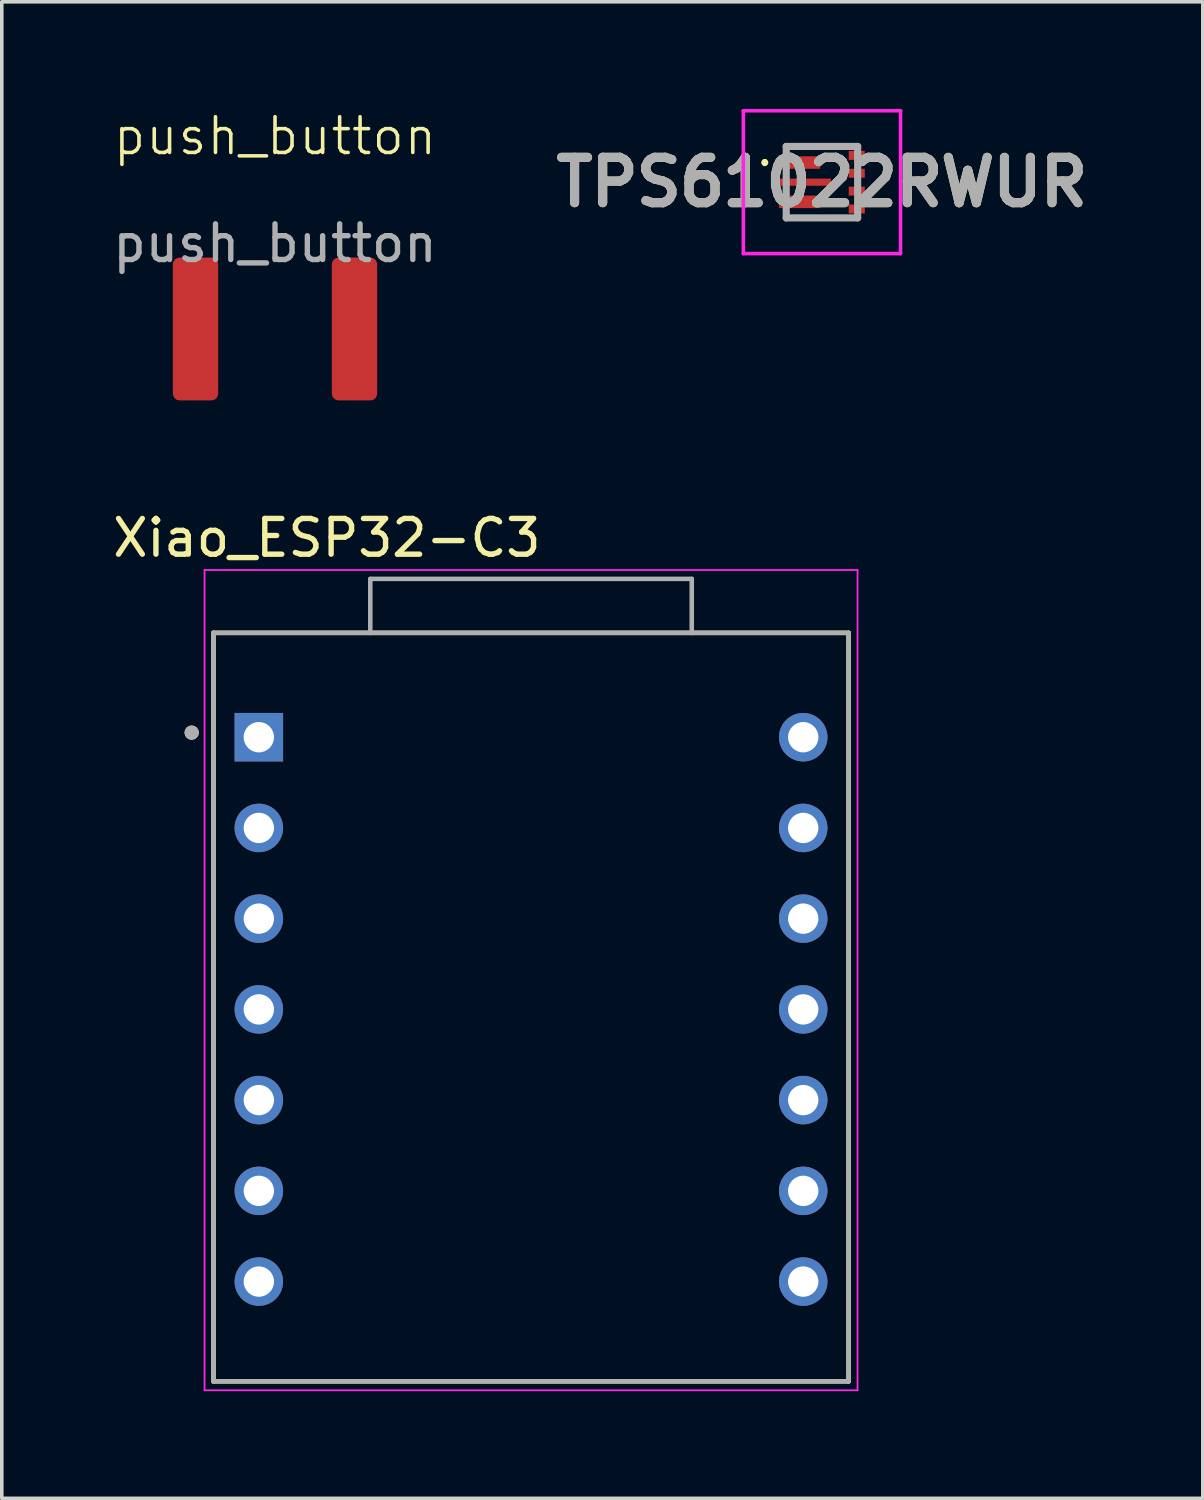
<source format=kicad_pcb>
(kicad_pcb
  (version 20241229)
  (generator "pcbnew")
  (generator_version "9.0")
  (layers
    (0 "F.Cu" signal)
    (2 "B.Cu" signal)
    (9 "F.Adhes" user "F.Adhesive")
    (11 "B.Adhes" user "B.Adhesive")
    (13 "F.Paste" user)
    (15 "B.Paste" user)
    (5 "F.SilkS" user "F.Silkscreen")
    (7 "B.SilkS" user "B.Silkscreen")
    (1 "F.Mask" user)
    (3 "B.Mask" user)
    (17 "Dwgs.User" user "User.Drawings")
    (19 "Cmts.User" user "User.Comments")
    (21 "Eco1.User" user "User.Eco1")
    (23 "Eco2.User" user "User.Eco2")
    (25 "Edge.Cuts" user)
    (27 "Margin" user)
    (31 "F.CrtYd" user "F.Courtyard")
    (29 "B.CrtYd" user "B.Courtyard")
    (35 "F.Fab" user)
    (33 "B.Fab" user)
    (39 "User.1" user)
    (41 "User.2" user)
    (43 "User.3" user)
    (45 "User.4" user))
  (footprint "push_button"
    (layer "F.Cu")
    (at 4.649 6.16)
    (property "Reference" "push_button" (at 0 -5.4 0) (unlocked yes) (layer "F.SilkS") (effects (font (size 1 1) (thickness 0.1))))
    (attr through_hole)
    (fp_text user "${REFERENCE}" (at 0 -2.4 0) (unlocked yes) (layer "F.Fab") (effects (font (size 1 1) (thickness 0.15))))
    (pad "1" smd roundrect (at -2.225 0 90) (size 4 1.27) (layers "F.Cu" "F.Mask" "F.Paste") (roundrect_rratio 0.15))
    (pad "2" smd roundrect (at 2.225 0 90) (size 4 1.27) (layers "F.Cu" "F.Mask" "F.Paste") (roundrect_rratio 0.15)))
  (footprint "TPS61022RWUR"
    (layer "F.Cu")
    (at 19.96 2.05)
    (property "Reference" "TPS61022RWUR" (at 0 0 0) (layer "F.SilkS") (effects (font (size 1.27 1.27) (thickness 0.254))))
    (attr smd)
    (fp_line (start -1.6 -0.6) (end -1.6 -0.6) (stroke (width 0.1) (type solid)) (layer "F.SilkS"))
    (fp_line (start -1.6 -0.5) (end -1.6 -0.5) (stroke (width 0.1) (type solid)) (layer "F.SilkS"))
    (fp_line (start -1 -1) (end 1 -1) (stroke (width 0.1) (type solid)) (layer "F.SilkS"))
    (fp_line (start -1 1) (end 1 1) (stroke (width 0.1) (type solid)) (layer "F.SilkS"))
    (fp_arc (start -1.6 -0.6) (mid -1.55 -0.55) (end -1.6 -0.5) (stroke (width 0.1) (type solid)) (layer "F.SilkS"))
    (fp_arc (start -1.6 -0.5) (mid -1.65 -0.55) (end -1.6 -0.6) (stroke (width 0.1) (type solid)) (layer "F.SilkS"))
    (fp_line (start -2.2 -2) (end 2.2 -2) (stroke (width 0.1) (type solid)) (layer "F.CrtYd"))
    (fp_line (start -2.2 2) (end -2.2 -2) (stroke (width 0.1) (type solid)) (layer "F.CrtYd"))
    (fp_line (start 2.2 -2) (end 2.2 2) (stroke (width 0.1) (type solid)) (layer "F.CrtYd"))
    (fp_line (start 2.2 2) (end -2.2 2) (stroke (width 0.1) (type solid)) (layer "F.CrtYd"))
    (fp_line (start -1 -1) (end 1 -1) (stroke (width 0.2) (type solid)) (layer "F.Fab"))
    (fp_line (start -1 1) (end -1 -1) (stroke (width 0.2) (type solid)) (layer "F.Fab"))
    (fp_line (start 1 -1) (end 1 1) (stroke (width 0.2) (type solid)) (layer "F.Fab"))
    (fp_line (start 1 1) (end -1 1) (stroke (width 0.2) (type solid)) (layer "F.Fab"))
    (fp_text user "${REFERENCE}" (at 0 0 0) (layer "F.Fab") (effects (font (size 1.27 1.27) (thickness 0.254))))
    (pad "1" smd rect (at -0.625 -0.55 90) (size 0.35 1.15) (layers "F.Cu" "F.Mask" "F.Paste"))
    (pad "2" smd rect (at -0.475 0 90) (size 0.2 1.45) (layers "F.Cu" "F.Mask" "F.Paste"))
    (pad "3" smd rect (at -0.625 0.55 90) (size 0.35 1.15) (layers "F.Cu" "F.Mask" "F.Paste"))
    (pad "4" smd rect (at 0.975 0.75 90) (size 0.25 0.45) (layers "F.Cu" "F.Mask" "F.Paste"))
    (pad "5" smd rect (at 0.975 0.25 90) (size 0.25 0.45) (layers "F.Cu" "F.Mask" "F.Paste"))
    (pad "6" smd rect (at 0.975 -0.25 90) (size 0.25 0.45) (layers "F.Cu" "F.Mask" "F.Paste"))
    (pad "7" smd rect (at 0.975 -0.75 90) (size 0.25 0.45) (layers "F.Cu" "F.Mask" "F.Paste")))
  (footprint "Xiao_ESP32-C3"
    (layer "F.Cu")
    (at 11.816 25.144)
    (property "Reference" "Xiao_ESP32-C3" (at -5.715 -13.135 0) (layer "F.SilkS") (effects (font (size 1 1) (thickness 0.15))))
    (attr through_hole)
    (fp_line (start -8.89 -10.477) (end 8.89 -10.477) (stroke (width 0.127) (type solid)) (layer "F.SilkS"))
    (fp_line (start -8.89 10.477) (end -8.89 -10.477) (stroke (width 0.127) (type solid)) (layer "F.SilkS"))
    (fp_line (start 8.89 -10.477) (end 8.89 10.477) (stroke (width 0.127) (type solid)) (layer "F.SilkS"))
    (fp_line (start 8.89 10.477) (end -8.89 10.477) (stroke (width 0.127) (type solid)) (layer "F.SilkS"))
    (fp_circle (center -9.5 -7.684) (end -9.4 -7.684) (stroke (width 0.2) (type solid)) (fill no) (layer "F.SilkS"))
    (fp_line (start -9.14 -12.238) (end -9.14 10.727) (stroke (width 0.05) (type solid)) (layer "F.CrtYd"))
    (fp_line (start -9.14 10.727) (end 9.14 10.727) (stroke (width 0.05) (type solid)) (layer "F.CrtYd"))
    (fp_line (start 9.14 -12.238) (end -9.14 -12.238) (stroke (width 0.05) (type solid)) (layer "F.CrtYd"))
    (fp_line (start 9.14 10.727) (end 9.14 -12.238) (stroke (width 0.05) (type solid)) (layer "F.CrtYd"))
    (fp_line (start -8.89 -10.477) (end -4.5 -10.477) (stroke (width 0.127) (type solid)) (layer "F.Fab"))
    (fp_line (start -8.89 10.477) (end -8.89 -10.477) (stroke (width 0.127) (type solid)) (layer "F.Fab"))
    (fp_line (start -4.5 -11.988) (end 4.5 -11.988) (stroke (width 0.127) (type solid)) (layer "F.Fab"))
    (fp_line (start -4.5 -10.477) (end -4.5 -11.988) (stroke (width 0.127) (type solid)) (layer "F.Fab"))
    (fp_line (start -4.5 -10.477) (end 4.5 -10.477) (stroke (width 0.127) (type solid)) (layer "F.Fab"))
    (fp_line (start 4.5 -11.988) (end 4.5 -10.477) (stroke (width 0.127) (type solid)) (layer "F.Fab"))
    (fp_line (start 4.5 -10.477) (end 8.89 -10.477) (stroke (width 0.127) (type solid)) (layer "F.Fab"))
    (fp_line (start 8.89 -10.477) (end 8.89 10.477) (stroke (width 0.127) (type solid)) (layer "F.Fab"))
    (fp_line (start 8.89 10.477) (end -8.89 10.477) (stroke (width 0.127) (type solid)) (layer "F.Fab"))
    (fp_circle (center -9.5 -7.684) (end -9.4 -7.684) (stroke (width 0.2) (type solid)) (fill no) (layer "F.Fab"))
    (pad "1" thru_hole rect (at -7.62 -7.556) (size 1.358 1.358) (drill 0.85) (layers "*.Cu" "*.Mask"))
    (pad "2" thru_hole circle (at -7.62 -5.016) (size 1.358 1.358) (drill 0.85) (layers "*.Cu" "*.Mask"))
    (pad "3" thru_hole circle (at -7.62 -2.477) (size 1.358 1.358) (drill 0.85) (layers "*.Cu" "*.Mask"))
    (pad "4" thru_hole circle (at -7.62 0.064) (size 1.358 1.358) (drill 0.85) (layers "*.Cu" "*.Mask"))
    (pad "5" thru_hole circle (at -7.62 2.603) (size 1.358 1.358) (drill 0.85) (layers "*.Cu" "*.Mask"))
    (pad "6" thru_hole circle (at -7.62 5.144) (size 1.358 1.358) (drill 0.85) (layers "*.Cu" "*.Mask"))
    (pad "7" thru_hole circle (at -7.62 7.684) (size 1.358 1.358) (drill 0.85) (layers "*.Cu" "*.Mask"))
    (pad "8" thru_hole circle (at 7.62 7.684) (size 1.358 1.358) (drill 0.85) (layers "*.Cu" "*.Mask"))
    (pad "9" thru_hole circle (at 7.62 5.144) (size 1.358 1.358) (drill 0.85) (layers "*.Cu" "*.Mask"))
    (pad "10" thru_hole circle (at 7.62 2.603) (size 1.358 1.358) (drill 0.85) (layers "*.Cu" "*.Mask"))
    (pad "11" thru_hole circle (at 7.62 0.064) (size 1.358 1.358) (drill 0.85) (layers "*.Cu" "*.Mask"))
    (pad "12" thru_hole circle (at 7.62 -2.477) (size 1.358 1.358) (drill 0.85) (layers "*.Cu" "*.Mask"))
    (pad "13" thru_hole circle (at 7.62 -5.016) (size 1.358 1.358) (drill 0.85) (layers "*.Cu" "*.Mask"))
    (pad "14" thru_hole circle (at 7.62 -7.556) (size 1.358 1.358) (drill 0.85) (layers "*.Cu" "*.Mask")))
  (gr_rect
    (start -3 -3)
    (end 30.622 38.896)
    (stroke (width 0.1) (type default))
    (fill no)
    (layer "Edge.Cuts")))
</source>
